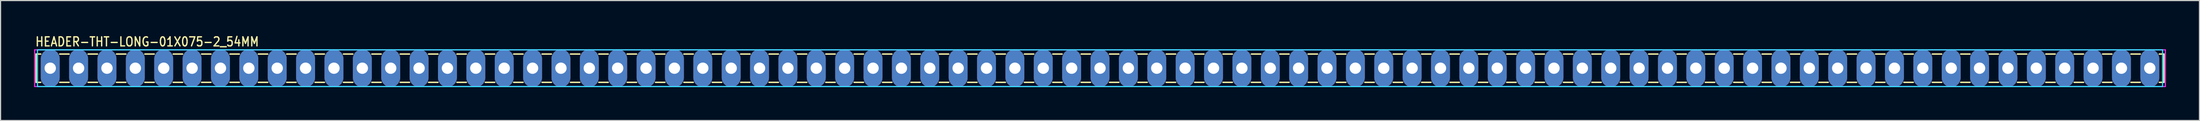
<source format=kicad_pcb>
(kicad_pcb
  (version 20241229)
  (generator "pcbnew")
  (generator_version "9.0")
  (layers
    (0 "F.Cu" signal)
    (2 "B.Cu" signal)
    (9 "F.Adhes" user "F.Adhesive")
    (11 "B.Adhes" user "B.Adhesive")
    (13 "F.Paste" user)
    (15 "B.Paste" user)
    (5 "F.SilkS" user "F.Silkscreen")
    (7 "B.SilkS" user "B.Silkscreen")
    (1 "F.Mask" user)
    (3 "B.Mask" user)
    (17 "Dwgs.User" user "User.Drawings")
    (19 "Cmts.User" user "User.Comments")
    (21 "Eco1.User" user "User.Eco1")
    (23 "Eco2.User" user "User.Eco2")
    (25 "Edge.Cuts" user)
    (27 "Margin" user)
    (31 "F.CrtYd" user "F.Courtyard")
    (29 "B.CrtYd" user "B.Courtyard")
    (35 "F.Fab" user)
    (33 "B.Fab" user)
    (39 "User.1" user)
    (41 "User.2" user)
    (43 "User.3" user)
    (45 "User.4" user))
  (footprint "HEADER-THT-LONG-01X075-2_54MM"
    (layer "F.Cu")
    (at 1.447 3.079)
    (property "Reference" "HEADER-THT-LONG-01X075-2_54MM" (at -1.4 -1.9 0) (unlocked yes) (layer "F.SilkS") (effects (font (size 0.813 0.695) (thickness 0.122)) (justify left bottom)))
    (fp_line (start -1.27 -1.27) (end -1.27 1.27) (stroke (width 0.127) (type solid)) (layer "F.SilkS"))
    (fp_line (start -1.27 1.27) (end -0.85 1.27) (stroke (width 0.127) (type solid)) (layer "F.SilkS"))
    (fp_line (start -0.85 -1.27) (end -1.27 -1.27) (stroke (width 0.127) (type solid)) (layer "F.SilkS"))
    (fp_line (start 0.85 -1.27) (end 1.69 -1.27) (stroke (width 0.127) (type solid)) (layer "F.SilkS"))
    (fp_line (start 0.85 1.27) (end 1.69 1.27) (stroke (width 0.127) (type solid)) (layer "F.SilkS"))
    (fp_line (start 3.39 -1.27) (end 4.23 -1.27) (stroke (width 0.127) (type solid)) (layer "F.SilkS"))
    (fp_line (start 3.39 1.27) (end 4.23 1.27) (stroke (width 0.127) (type solid)) (layer "F.SilkS"))
    (fp_line (start 5.93 -1.27) (end 6.77 -1.27) (stroke (width 0.127) (type solid)) (layer "F.SilkS"))
    (fp_line (start 5.93 1.27) (end 6.77 1.27) (stroke (width 0.127) (type solid)) (layer "F.SilkS"))
    (fp_line (start 8.47 -1.27) (end 9.31 -1.27) (stroke (width 0.127) (type solid)) (layer "F.SilkS"))
    (fp_line (start 8.47 1.27) (end 9.31 1.27) (stroke (width 0.127) (type solid)) (layer "F.SilkS"))
    (fp_line (start 11.01 -1.27) (end 11.85 -1.27) (stroke (width 0.127) (type solid)) (layer "F.SilkS"))
    (fp_line (start 11.01 1.27) (end 11.85 1.27) (stroke (width 0.127) (type solid)) (layer "F.SilkS"))
    (fp_line (start 13.55 -1.27) (end 14.39 -1.27) (stroke (width 0.127) (type solid)) (layer "F.SilkS"))
    (fp_line (start 13.55 1.27) (end 14.39 1.27) (stroke (width 0.127) (type solid)) (layer "F.SilkS"))
    (fp_line (start 16.09 -1.27) (end 16.93 -1.27) (stroke (width 0.127) (type solid)) (layer "F.SilkS"))
    (fp_line (start 16.09 1.27) (end 16.93 1.27) (stroke (width 0.127) (type solid)) (layer "F.SilkS"))
    (fp_line (start 18.63 -1.27) (end 19.47 -1.27) (stroke (width 0.127) (type solid)) (layer "F.SilkS"))
    (fp_line (start 18.63 1.27) (end 19.47 1.27) (stroke (width 0.127) (type solid)) (layer "F.SilkS"))
    (fp_line (start 21.17 -1.27) (end 22.01 -1.27) (stroke (width 0.127) (type solid)) (layer "F.SilkS"))
    (fp_line (start 21.17 1.27) (end 22.01 1.27) (stroke (width 0.127) (type solid)) (layer "F.SilkS"))
    (fp_line (start 23.71 -1.27) (end 24.55 -1.27) (stroke (width 0.127) (type solid)) (layer "F.SilkS"))
    (fp_line (start 23.71 1.27) (end 24.55 1.27) (stroke (width 0.127) (type solid)) (layer "F.SilkS"))
    (fp_line (start 26.25 -1.27) (end 27.09 -1.27) (stroke (width 0.127) (type solid)) (layer "F.SilkS"))
    (fp_line (start 26.25 1.27) (end 27.09 1.27) (stroke (width 0.127) (type solid)) (layer "F.SilkS"))
    (fp_line (start 28.79 -1.27) (end 29.63 -1.27) (stroke (width 0.127) (type solid)) (layer "F.SilkS"))
    (fp_line (start 28.79 1.27) (end 29.63 1.27) (stroke (width 0.127) (type solid)) (layer "F.SilkS"))
    (fp_line (start 31.33 -1.27) (end 32.17 -1.27) (stroke (width 0.127) (type solid)) (layer "F.SilkS"))
    (fp_line (start 31.33 1.27) (end 32.17 1.27) (stroke (width 0.127) (type solid)) (layer "F.SilkS"))
    (fp_line (start 33.87 -1.27) (end 34.71 -1.27) (stroke (width 0.127) (type solid)) (layer "F.SilkS"))
    (fp_line (start 33.87 1.27) (end 34.71 1.27) (stroke (width 0.127) (type solid)) (layer "F.SilkS"))
    (fp_line (start 36.41 -1.27) (end 37.25 -1.27) (stroke (width 0.127) (type solid)) (layer "F.SilkS"))
    (fp_line (start 36.41 1.27) (end 37.25 1.27) (stroke (width 0.127) (type solid)) (layer "F.SilkS"))
    (fp_line (start 38.95 -1.27) (end 39.79 -1.27) (stroke (width 0.127) (type solid)) (layer "F.SilkS"))
    (fp_line (start 38.95 1.27) (end 39.79 1.27) (stroke (width 0.127) (type solid)) (layer "F.SilkS"))
    (fp_line (start 41.49 -1.27) (end 42.33 -1.27) (stroke (width 0.127) (type solid)) (layer "F.SilkS"))
    (fp_line (start 41.49 1.27) (end 42.33 1.27) (stroke (width 0.127) (type solid)) (layer "F.SilkS"))
    (fp_line (start 44.03 -1.27) (end 44.87 -1.27) (stroke (width 0.127) (type solid)) (layer "F.SilkS"))
    (fp_line (start 44.03 1.27) (end 44.87 1.27) (stroke (width 0.127) (type solid)) (layer "F.SilkS"))
    (fp_line (start 46.57 -1.27) (end 47.41 -1.27) (stroke (width 0.127) (type solid)) (layer "F.SilkS"))
    (fp_line (start 46.57 1.27) (end 47.41 1.27) (stroke (width 0.127) (type solid)) (layer "F.SilkS"))
    (fp_line (start 49.11 -1.27) (end 49.95 -1.27) (stroke (width 0.127) (type solid)) (layer "F.SilkS"))
    (fp_line (start 49.11 1.27) (end 49.95 1.27) (stroke (width 0.127) (type solid)) (layer "F.SilkS"))
    (fp_line (start 51.65 -1.27) (end 52.49 -1.27) (stroke (width 0.127) (type solid)) (layer "F.SilkS"))
    (fp_line (start 51.65 1.27) (end 52.49 1.27) (stroke (width 0.127) (type solid)) (layer "F.SilkS"))
    (fp_line (start 54.19 -1.27) (end 55.03 -1.27) (stroke (width 0.127) (type solid)) (layer "F.SilkS"))
    (fp_line (start 54.19 1.27) (end 55.03 1.27) (stroke (width 0.127) (type solid)) (layer "F.SilkS"))
    (fp_line (start 56.73 -1.27) (end 57.57 -1.27) (stroke (width 0.127) (type solid)) (layer "F.SilkS"))
    (fp_line (start 56.73 1.27) (end 57.57 1.27) (stroke (width 0.127) (type solid)) (layer "F.SilkS"))
    (fp_line (start 59.27 -1.27) (end 60.11 -1.27) (stroke (width 0.127) (type solid)) (layer "F.SilkS"))
    (fp_line (start 59.27 1.27) (end 60.11 1.27) (stroke (width 0.127) (type solid)) (layer "F.SilkS"))
    (fp_line (start 61.81 -1.27) (end 62.65 -1.27) (stroke (width 0.127) (type solid)) (layer "F.SilkS"))
    (fp_line (start 61.81 1.27) (end 62.65 1.27) (stroke (width 0.127) (type solid)) (layer "F.SilkS"))
    (fp_line (start 64.35 -1.27) (end 65.19 -1.27) (stroke (width 0.127) (type solid)) (layer "F.SilkS"))
    (fp_line (start 64.35 1.27) (end 65.19 1.27) (stroke (width 0.127) (type solid)) (layer "F.SilkS"))
    (fp_line (start 66.89 -1.27) (end 67.73 -1.27) (stroke (width 0.127) (type solid)) (layer "F.SilkS"))
    (fp_line (start 66.89 1.27) (end 67.73 1.27) (stroke (width 0.127) (type solid)) (layer "F.SilkS"))
    (fp_line (start 69.43 -1.27) (end 70.27 -1.27) (stroke (width 0.127) (type solid)) (layer "F.SilkS"))
    (fp_line (start 69.43 1.27) (end 70.27 1.27) (stroke (width 0.127) (type solid)) (layer "F.SilkS"))
    (fp_line (start 71.97 -1.27) (end 72.81 -1.27) (stroke (width 0.127) (type solid)) (layer "F.SilkS"))
    (fp_line (start 71.97 1.27) (end 72.81 1.27) (stroke (width 0.127) (type solid)) (layer "F.SilkS"))
    (fp_line (start 74.51 -1.27) (end 75.35 -1.27) (stroke (width 0.127) (type solid)) (layer "F.SilkS"))
    (fp_line (start 74.51 1.27) (end 75.35 1.27) (stroke (width 0.127) (type solid)) (layer "F.SilkS"))
    (fp_line (start 77.05 -1.27) (end 77.89 -1.27) (stroke (width 0.127) (type solid)) (layer "F.SilkS"))
    (fp_line (start 77.05 1.27) (end 77.89 1.27) (stroke (width 0.127) (type solid)) (layer "F.SilkS"))
    (fp_line (start 79.59 -1.27) (end 80.43 -1.27) (stroke (width 0.127) (type solid)) (layer "F.SilkS"))
    (fp_line (start 79.59 1.27) (end 80.43 1.27) (stroke (width 0.127) (type solid)) (layer "F.SilkS"))
    (fp_line (start 82.13 -1.27) (end 82.97 -1.27) (stroke (width 0.127) (type solid)) (layer "F.SilkS"))
    (fp_line (start 82.13 1.27) (end 82.97 1.27) (stroke (width 0.127) (type solid)) (layer "F.SilkS"))
    (fp_line (start 84.67 -1.27) (end 85.51 -1.27) (stroke (width 0.127) (type solid)) (layer "F.SilkS"))
    (fp_line (start 84.67 1.27) (end 85.51 1.27) (stroke (width 0.127) (type solid)) (layer "F.SilkS"))
    (fp_line (start 87.21 -1.27) (end 88.05 -1.27) (stroke (width 0.127) (type solid)) (layer "F.SilkS"))
    (fp_line (start 87.21 1.27) (end 88.05 1.27) (stroke (width 0.127) (type solid)) (layer "F.SilkS"))
    (fp_line (start 89.75 -1.27) (end 90.59 -1.27) (stroke (width 0.127) (type solid)) (layer "F.SilkS"))
    (fp_line (start 89.75 1.27) (end 90.59 1.27) (stroke (width 0.127) (type solid)) (layer "F.SilkS"))
    (fp_line (start 92.29 -1.27) (end 93.13 -1.27) (stroke (width 0.127) (type solid)) (layer "F.SilkS"))
    (fp_line (start 92.29 1.27) (end 93.13 1.27) (stroke (width 0.127) (type solid)) (layer "F.SilkS"))
    (fp_line (start 94.83 -1.27) (end 95.67 -1.27) (stroke (width 0.127) (type solid)) (layer "F.SilkS"))
    (fp_line (start 94.83 1.27) (end 95.67 1.27) (stroke (width 0.127) (type solid)) (layer "F.SilkS"))
    (fp_line (start 97.37 -1.27) (end 98.21 -1.27) (stroke (width 0.127) (type solid)) (layer "F.SilkS"))
    (fp_line (start 97.37 1.27) (end 98.21 1.27) (stroke (width 0.127) (type solid)) (layer "F.SilkS"))
    (fp_line (start 99.91 -1.27) (end 100.75 -1.27) (stroke (width 0.127) (type solid)) (layer "F.SilkS"))
    (fp_line (start 99.91 1.27) (end 100.75 1.27) (stroke (width 0.127) (type solid)) (layer "F.SilkS"))
    (fp_line (start 102.45 -1.27) (end 103.29 -1.27) (stroke (width 0.127) (type solid)) (layer "F.SilkS"))
    (fp_line (start 102.45 1.27) (end 103.29 1.27) (stroke (width 0.127) (type solid)) (layer "F.SilkS"))
    (fp_line (start 104.99 -1.27) (end 105.83 -1.27) (stroke (width 0.127) (type solid)) (layer "F.SilkS"))
    (fp_line (start 104.99 1.27) (end 105.83 1.27) (stroke (width 0.127) (type solid)) (layer "F.SilkS"))
    (fp_line (start 107.53 -1.27) (end 108.37 -1.27) (stroke (width 0.127) (type solid)) (layer "F.SilkS"))
    (fp_line (start 107.53 1.27) (end 108.37 1.27) (stroke (width 0.127) (type solid)) (layer "F.SilkS"))
    (fp_line (start 110.07 -1.27) (end 110.91 -1.27) (stroke (width 0.127) (type solid)) (layer "F.SilkS"))
    (fp_line (start 110.07 1.27) (end 110.91 1.27) (stroke (width 0.127) (type solid)) (layer "F.SilkS"))
    (fp_line (start 112.61 -1.27) (end 113.45 -1.27) (stroke (width 0.127) (type solid)) (layer "F.SilkS"))
    (fp_line (start 112.61 1.27) (end 113.45 1.27) (stroke (width 0.127) (type solid)) (layer "F.SilkS"))
    (fp_line (start 115.15 -1.27) (end 115.99 -1.27) (stroke (width 0.127) (type solid)) (layer "F.SilkS"))
    (fp_line (start 115.15 1.27) (end 115.99 1.27) (stroke (width 0.127) (type solid)) (layer "F.SilkS"))
    (fp_line (start 117.69 -1.27) (end 118.53 -1.27) (stroke (width 0.127) (type solid)) (layer "F.SilkS"))
    (fp_line (start 117.69 1.27) (end 118.53 1.27) (stroke (width 0.127) (type solid)) (layer "F.SilkS"))
    (fp_line (start 120.23 -1.27) (end 121.07 -1.27) (stroke (width 0.127) (type solid)) (layer "F.SilkS"))
    (fp_line (start 120.23 1.27) (end 121.07 1.27) (stroke (width 0.127) (type solid)) (layer "F.SilkS"))
    (fp_line (start 122.77 -1.27) (end 123.61 -1.27) (stroke (width 0.127) (type solid)) (layer "F.SilkS"))
    (fp_line (start 122.77 1.27) (end 123.61 1.27) (stroke (width 0.127) (type solid)) (layer "F.SilkS"))
    (fp_line (start 125.31 -1.27) (end 126.15 -1.27) (stroke (width 0.127) (type solid)) (layer "F.SilkS"))
    (fp_line (start 125.31 1.27) (end 126.15 1.27) (stroke (width 0.127) (type solid)) (layer "F.SilkS"))
    (fp_line (start 127.85 -1.27) (end 128.69 -1.27) (stroke (width 0.127) (type solid)) (layer "F.SilkS"))
    (fp_line (start 127.85 1.27) (end 128.69 1.27) (stroke (width 0.127) (type solid)) (layer "F.SilkS"))
    (fp_line (start 130.39 -1.27) (end 131.23 -1.27) (stroke (width 0.127) (type solid)) (layer "F.SilkS"))
    (fp_line (start 130.39 1.27) (end 131.23 1.27) (stroke (width 0.127) (type solid)) (layer "F.SilkS"))
    (fp_line (start 132.93 -1.27) (end 133.77 -1.27) (stroke (width 0.127) (type solid)) (layer "F.SilkS"))
    (fp_line (start 132.93 1.27) (end 133.77 1.27) (stroke (width 0.127) (type solid)) (layer "F.SilkS"))
    (fp_line (start 135.47 -1.27) (end 136.31 -1.27) (stroke (width 0.127) (type solid)) (layer "F.SilkS"))
    (fp_line (start 135.47 1.27) (end 136.31 1.27) (stroke (width 0.127) (type solid)) (layer "F.SilkS"))
    (fp_line (start 138.01 -1.27) (end 138.85 -1.27) (stroke (width 0.127) (type solid)) (layer "F.SilkS"))
    (fp_line (start 138.01 1.27) (end 138.85 1.27) (stroke (width 0.127) (type solid)) (layer "F.SilkS"))
    (fp_line (start 140.55 -1.27) (end 141.39 -1.27) (stroke (width 0.127) (type solid)) (layer "F.SilkS"))
    (fp_line (start 140.55 1.27) (end 141.39 1.27) (stroke (width 0.127) (type solid)) (layer "F.SilkS"))
    (fp_line (start 143.09 -1.27) (end 143.93 -1.27) (stroke (width 0.127) (type solid)) (layer "F.SilkS"))
    (fp_line (start 143.09 1.27) (end 143.93 1.27) (stroke (width 0.127) (type solid)) (layer "F.SilkS"))
    (fp_line (start 145.63 -1.27) (end 146.47 -1.27) (stroke (width 0.127) (type solid)) (layer "F.SilkS"))
    (fp_line (start 145.63 1.27) (end 146.47 1.27) (stroke (width 0.127) (type solid)) (layer "F.SilkS"))
    (fp_line (start 148.17 -1.27) (end 149.01 -1.27) (stroke (width 0.127) (type solid)) (layer "F.SilkS"))
    (fp_line (start 148.17 1.27) (end 149.01 1.27) (stroke (width 0.127) (type solid)) (layer "F.SilkS"))
    (fp_line (start 150.71 -1.27) (end 151.55 -1.27) (stroke (width 0.127) (type solid)) (layer "F.SilkS"))
    (fp_line (start 150.71 1.27) (end 151.55 1.27) (stroke (width 0.127) (type solid)) (layer "F.SilkS"))
    (fp_line (start 153.25 -1.27) (end 154.09 -1.27) (stroke (width 0.127) (type solid)) (layer "F.SilkS"))
    (fp_line (start 153.25 1.27) (end 154.09 1.27) (stroke (width 0.127) (type solid)) (layer "F.SilkS"))
    (fp_line (start 155.79 -1.27) (end 156.63 -1.27) (stroke (width 0.127) (type solid)) (layer "F.SilkS"))
    (fp_line (start 155.79 1.27) (end 156.63 1.27) (stroke (width 0.127) (type solid)) (layer "F.SilkS"))
    (fp_line (start 158.33 -1.27) (end 159.17 -1.27) (stroke (width 0.127) (type solid)) (layer "F.SilkS"))
    (fp_line (start 158.33 1.27) (end 159.17 1.27) (stroke (width 0.127) (type solid)) (layer "F.SilkS"))
    (fp_line (start 160.87 -1.27) (end 161.71 -1.27) (stroke (width 0.127) (type solid)) (layer "F.SilkS"))
    (fp_line (start 160.87 1.27) (end 161.71 1.27) (stroke (width 0.127) (type solid)) (layer "F.SilkS"))
    (fp_line (start 163.41 -1.27) (end 164.25 -1.27) (stroke (width 0.127) (type solid)) (layer "F.SilkS"))
    (fp_line (start 163.41 1.27) (end 164.25 1.27) (stroke (width 0.127) (type solid)) (layer "F.SilkS"))
    (fp_line (start 165.95 -1.27) (end 166.79 -1.27) (stroke (width 0.127) (type solid)) (layer "F.SilkS"))
    (fp_line (start 165.95 1.27) (end 166.79 1.27) (stroke (width 0.127) (type solid)) (layer "F.SilkS"))
    (fp_line (start 168.49 -1.27) (end 169.33 -1.27) (stroke (width 0.127) (type solid)) (layer "F.SilkS"))
    (fp_line (start 168.49 1.27) (end 169.33 1.27) (stroke (width 0.127) (type solid)) (layer "F.SilkS"))
    (fp_line (start 171.03 -1.27) (end 171.87 -1.27) (stroke (width 0.127) (type solid)) (layer "F.SilkS"))
    (fp_line (start 171.03 1.27) (end 171.87 1.27) (stroke (width 0.127) (type solid)) (layer "F.SilkS"))
    (fp_line (start 173.57 -1.27) (end 174.41 -1.27) (stroke (width 0.127) (type solid)) (layer "F.SilkS"))
    (fp_line (start 173.57 1.27) (end 174.41 1.27) (stroke (width 0.127) (type solid)) (layer "F.SilkS"))
    (fp_line (start 176.11 -1.27) (end 176.95 -1.27) (stroke (width 0.127) (type solid)) (layer "F.SilkS"))
    (fp_line (start 176.11 1.27) (end 176.95 1.27) (stroke (width 0.127) (type solid)) (layer "F.SilkS"))
    (fp_line (start 178.65 -1.27) (end 179.49 -1.27) (stroke (width 0.127) (type solid)) (layer "F.SilkS"))
    (fp_line (start 178.65 1.27) (end 179.49 1.27) (stroke (width 0.127) (type solid)) (layer "F.SilkS"))
    (fp_line (start 181.19 -1.27) (end 182.03 -1.27) (stroke (width 0.127) (type solid)) (layer "F.SilkS"))
    (fp_line (start 181.19 1.27) (end 182.03 1.27) (stroke (width 0.127) (type solid)) (layer "F.SilkS"))
    (fp_line (start 183.73 -1.27) (end 184.57 -1.27) (stroke (width 0.127) (type solid)) (layer "F.SilkS"))
    (fp_line (start 183.73 1.27) (end 184.57 1.27) (stroke (width 0.127) (type solid)) (layer "F.SilkS"))
    (fp_line (start 186.27 -1.27) (end 187.11 -1.27) (stroke (width 0.127) (type solid)) (layer "F.SilkS"))
    (fp_line (start 186.27 1.27) (end 187.11 1.27) (stroke (width 0.127) (type solid)) (layer "F.SilkS"))
    (fp_line (start 188.81 -1.27) (end 189.23 -1.27) (stroke (width 0.127) (type solid)) (layer "F.SilkS"))
    (fp_line (start 189.23 -1.27) (end 189.23 1.27) (stroke (width 0.127) (type solid)) (layer "F.SilkS"))
    (fp_line (start 189.23 1.27) (end 188.81 1.27) (stroke (width 0.127) (type solid)) (layer "F.SilkS"))
    (fp_poly (pts (xy -1.143 -1.651) (xy 189.103 -1.651) (xy 189.103 1.651) (xy -1.143 1.651)) (stroke (width 0.1) (type solid)) (fill no) (layer "B.CrtYd"))
    (fp_poly (pts (xy -1.397 -1.651) (xy 189.357 -1.651) (xy 189.357 1.651) (xy -1.397 1.651)) (stroke (width 0.1) (type solid)) (fill no) (layer "F.CrtYd"))
    (pad "P$1" thru_hole oval (at 0 0 90) (size 3.387 1.693) (drill 1.016) (layers "*.Cu" "*.Mask"))
    (pad "P$2" thru_hole oval (at 2.54 0 90) (size 3.387 1.693) (drill 1.016) (layers "*.Cu" "*.Mask"))
    (pad "P$3" thru_hole oval (at 5.08 0 90) (size 3.387 1.693) (drill 1.016) (layers "*.Cu" "*.Mask"))
    (pad "P$4" thru_hole oval (at 7.62 0 90) (size 3.387 1.693) (drill 1.016) (layers "*.Cu" "*.Mask"))
    (pad "P$5" thru_hole oval (at 10.16 0 90) (size 3.387 1.693) (drill 1.016) (layers "*.Cu" "*.Mask"))
    (pad "P$6" thru_hole oval (at 12.7 0 90) (size 3.387 1.693) (drill 1.016) (layers "*.Cu" "*.Mask"))
    (pad "P$7" thru_hole oval (at 15.24 0 90) (size 3.387 1.693) (drill 1.016) (layers "*.Cu" "*.Mask"))
    (pad "P$8" thru_hole oval (at 17.78 0 90) (size 3.387 1.693) (drill 1.016) (layers "*.Cu" "*.Mask"))
    (pad "P$9" thru_hole oval (at 20.32 0 90) (size 3.387 1.693) (drill 1.016) (layers "*.Cu" "*.Mask"))
    (pad "P$10" thru_hole oval (at 22.86 0 90) (size 3.387 1.693) (drill 1.016) (layers "*.Cu" "*.Mask"))
    (pad "P$11" thru_hole oval (at 25.4 0 90) (size 3.387 1.693) (drill 1.016) (layers "*.Cu" "*.Mask"))
    (pad "P$12" thru_hole oval (at 27.94 0 90) (size 3.387 1.693) (drill 1.016) (layers "*.Cu" "*.Mask"))
    (pad "P$13" thru_hole oval (at 30.48 0 90) (size 3.387 1.693) (drill 1.016) (layers "*.Cu" "*.Mask"))
    (pad "P$14" thru_hole oval (at 33.02 0 90) (size 3.387 1.693) (drill 1.016) (layers "*.Cu" "*.Mask"))
    (pad "P$15" thru_hole oval (at 35.56 0 90) (size 3.387 1.693) (drill 1.016) (layers "*.Cu" "*.Mask"))
    (pad "P$16" thru_hole oval (at 38.1 0 90) (size 3.387 1.693) (drill 1.016) (layers "*.Cu" "*.Mask"))
    (pad "P$17" thru_hole oval (at 40.64 0 90) (size 3.387 1.693) (drill 1.016) (layers "*.Cu" "*.Mask"))
    (pad "P$18" thru_hole oval (at 43.18 0 90) (size 3.387 1.693) (drill 1.016) (layers "*.Cu" "*.Mask"))
    (pad "P$19" thru_hole oval (at 45.72 0 90) (size 3.387 1.693) (drill 1.016) (layers "*.Cu" "*.Mask"))
    (pad "P$20" thru_hole oval (at 48.26 0 90) (size 3.387 1.693) (drill 1.016) (layers "*.Cu" "*.Mask"))
    (pad "P$21" thru_hole oval (at 50.8 0 90) (size 3.387 1.693) (drill 1.016) (layers "*.Cu" "*.Mask"))
    (pad "P$22" thru_hole oval (at 53.34 0 90) (size 3.387 1.693) (drill 1.016) (layers "*.Cu" "*.Mask"))
    (pad "P$23" thru_hole oval (at 55.88 0 90) (size 3.387 1.693) (drill 1.016) (layers "*.Cu" "*.Mask"))
    (pad "P$24" thru_hole oval (at 58.42 0 90) (size 3.387 1.693) (drill 1.016) (layers "*.Cu" "*.Mask"))
    (pad "P$25" thru_hole oval (at 60.96 0 90) (size 3.387 1.693) (drill 1.016) (layers "*.Cu" "*.Mask"))
    (pad "P$26" thru_hole oval (at 63.5 0 90) (size 3.387 1.693) (drill 1.016) (layers "*.Cu" "*.Mask"))
    (pad "P$27" thru_hole oval (at 66.04 0 90) (size 3.387 1.693) (drill 1.016) (layers "*.Cu" "*.Mask"))
    (pad "P$28" thru_hole oval (at 68.58 0 90) (size 3.387 1.693) (drill 1.016) (layers "*.Cu" "*.Mask"))
    (pad "P$29" thru_hole oval (at 71.12 0 90) (size 3.387 1.693) (drill 1.016) (layers "*.Cu" "*.Mask"))
    (pad "P$30" thru_hole oval (at 73.66 0 90) (size 3.387 1.693) (drill 1.016) (layers "*.Cu" "*.Mask"))
    (pad "P$31" thru_hole oval (at 76.2 0 90) (size 3.387 1.693) (drill 1.016) (layers "*.Cu" "*.Mask"))
    (pad "P$32" thru_hole oval (at 78.74 0 90) (size 3.387 1.693) (drill 1.016) (layers "*.Cu" "*.Mask"))
    (pad "P$33" thru_hole oval (at 81.28 0 90) (size 3.387 1.693) (drill 1.016) (layers "*.Cu" "*.Mask"))
    (pad "P$34" thru_hole oval (at 83.82 0 90) (size 3.387 1.693) (drill 1.016) (layers "*.Cu" "*.Mask"))
    (pad "P$35" thru_hole oval (at 86.36 0 90) (size 3.387 1.693) (drill 1.016) (layers "*.Cu" "*.Mask"))
    (pad "P$36" thru_hole oval (at 88.9 0 90) (size 3.387 1.693) (drill 1.016) (layers "*.Cu" "*.Mask"))
    (pad "P$37" thru_hole oval (at 91.44 0 90) (size 3.387 1.693) (drill 1.016) (layers "*.Cu" "*.Mask"))
    (pad "P$38" thru_hole oval (at 93.98 0 90) (size 3.387 1.693) (drill 1.016) (layers "*.Cu" "*.Mask"))
    (pad "P$39" thru_hole oval (at 96.52 0 90) (size 3.387 1.693) (drill 1.016) (layers "*.Cu" "*.Mask"))
    (pad "P$40" thru_hole oval (at 99.06 0 90) (size 3.387 1.693) (drill 1.016) (layers "*.Cu" "*.Mask"))
    (pad "P$41" thru_hole oval (at 101.6 0 90) (size 3.387 1.693) (drill 1.016) (layers "*.Cu" "*.Mask"))
    (pad "P$42" thru_hole oval (at 104.14 0 90) (size 3.387 1.693) (drill 1.016) (layers "*.Cu" "*.Mask"))
    (pad "P$43" thru_hole oval (at 106.68 0 90) (size 3.387 1.693) (drill 1.016) (layers "*.Cu" "*.Mask"))
    (pad "P$44" thru_hole oval (at 109.22 0 90) (size 3.387 1.693) (drill 1.016) (layers "*.Cu" "*.Mask"))
    (pad "P$45" thru_hole oval (at 111.76 0 90) (size 3.387 1.693) (drill 1.016) (layers "*.Cu" "*.Mask"))
    (pad "P$46" thru_hole oval (at 114.3 0 90) (size 3.387 1.693) (drill 1.016) (layers "*.Cu" "*.Mask"))
    (pad "P$47" thru_hole oval (at 116.84 0 90) (size 3.387 1.693) (drill 1.016) (layers "*.Cu" "*.Mask"))
    (pad "P$48" thru_hole oval (at 119.38 0 90) (size 3.387 1.693) (drill 1.016) (layers "*.Cu" "*.Mask"))
    (pad "P$49" thru_hole oval (at 121.92 0 90) (size 3.387 1.693) (drill 1.016) (layers "*.Cu" "*.Mask"))
    (pad "P$50" thru_hole oval (at 124.46 0 90) (size 3.387 1.693) (drill 1.016) (layers "*.Cu" "*.Mask"))
    (pad "P$51" thru_hole oval (at 127 0 90) (size 3.387 1.693) (drill 1.016) (layers "*.Cu" "*.Mask"))
    (pad "P$52" thru_hole oval (at 129.54 0 90) (size 3.387 1.693) (drill 1.016) (layers "*.Cu" "*.Mask"))
    (pad "P$53" thru_hole oval (at 132.08 0 90) (size 3.387 1.693) (drill 1.016) (layers "*.Cu" "*.Mask"))
    (pad "P$54" thru_hole oval (at 134.62 0 90) (size 3.387 1.693) (drill 1.016) (layers "*.Cu" "*.Mask"))
    (pad "P$55" thru_hole oval (at 137.16 0 90) (size 3.387 1.693) (drill 1.016) (layers "*.Cu" "*.Mask"))
    (pad "P$56" thru_hole oval (at 139.7 0 90) (size 3.387 1.693) (drill 1.016) (layers "*.Cu" "*.Mask"))
    (pad "P$57" thru_hole oval (at 142.24 0 90) (size 3.387 1.693) (drill 1.016) (layers "*.Cu" "*.Mask"))
    (pad "P$58" thru_hole oval (at 144.78 0 90) (size 3.387 1.693) (drill 1.016) (layers "*.Cu" "*.Mask"))
    (pad "P$59" thru_hole oval (at 147.32 0 90) (size 3.387 1.693) (drill 1.016) (layers "*.Cu" "*.Mask"))
    (pad "P$60" thru_hole oval (at 149.86 0 90) (size 3.387 1.693) (drill 1.016) (layers "*.Cu" "*.Mask"))
    (pad "P$61" thru_hole oval (at 152.4 0 90) (size 3.387 1.693) (drill 1.016) (layers "*.Cu" "*.Mask"))
    (pad "P$62" thru_hole oval (at 154.94 0 90) (size 3.387 1.693) (drill 1.016) (layers "*.Cu" "*.Mask"))
    (pad "P$63" thru_hole oval (at 157.48 0 90) (size 3.387 1.693) (drill 1.016) (layers "*.Cu" "*.Mask"))
    (pad "P$64" thru_hole oval (at 160.02 0 90) (size 3.387 1.693) (drill 1.016) (layers "*.Cu" "*.Mask"))
    (pad "P$65" thru_hole oval (at 162.56 0 90) (size 3.387 1.693) (drill 1.016) (layers "*.Cu" "*.Mask"))
    (pad "P$66" thru_hole oval (at 165.1 0 90) (size 3.387 1.693) (drill 1.016) (layers "*.Cu" "*.Mask"))
    (pad "P$67" thru_hole oval (at 167.64 0 90) (size 3.387 1.693) (drill 1.016) (layers "*.Cu" "*.Mask"))
    (pad "P$68" thru_hole oval (at 170.18 0 90) (size 3.387 1.693) (drill 1.016) (layers "*.Cu" "*.Mask"))
    (pad "P$69" thru_hole oval (at 172.72 0 90) (size 3.387 1.693) (drill 1.016) (layers "*.Cu" "*.Mask"))
    (pad "P$70" thru_hole oval (at 175.26 0 90) (size 3.387 1.693) (drill 1.016) (layers "*.Cu" "*.Mask"))
    (pad "P$71" thru_hole oval (at 177.8 0 90) (size 3.387 1.693) (drill 1.016) (layers "*.Cu" "*.Mask"))
    (pad "P$72" thru_hole oval (at 180.34 0 90) (size 3.387 1.693) (drill 1.016) (layers "*.Cu" "*.Mask"))
    (pad "P$73" thru_hole oval (at 182.88 0 90) (size 3.387 1.693) (drill 1.016) (layers "*.Cu" "*.Mask"))
    (pad "P$74" thru_hole oval (at 185.42 0 90) (size 3.387 1.693) (drill 1.016) (layers "*.Cu" "*.Mask"))
    (pad "P$75" thru_hole oval (at 187.96 0 90) (size 3.387 1.693) (drill 1.016) (layers "*.Cu" "*.Mask")))
  (gr_rect
    (start -3 -3)
    (end 193.854 7.78)
    (stroke (width 0.1) (type default))
    (fill no)
    (layer "Edge.Cuts")))
</source>
